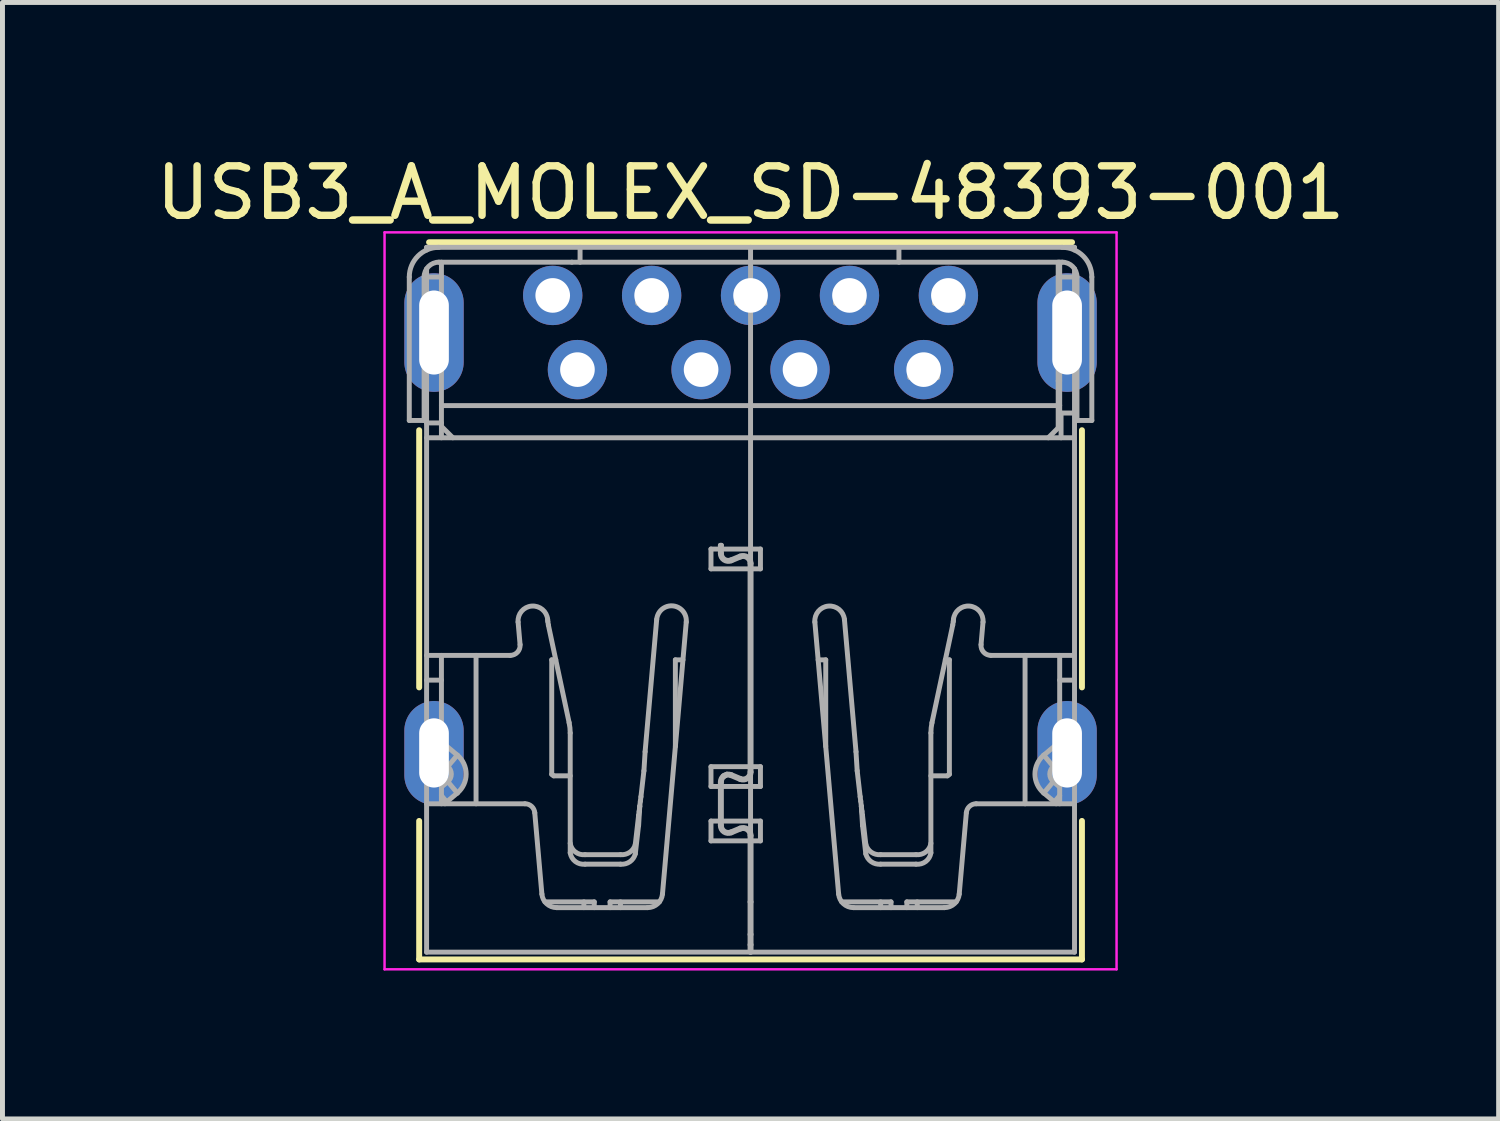
<source format=kicad_pcb>
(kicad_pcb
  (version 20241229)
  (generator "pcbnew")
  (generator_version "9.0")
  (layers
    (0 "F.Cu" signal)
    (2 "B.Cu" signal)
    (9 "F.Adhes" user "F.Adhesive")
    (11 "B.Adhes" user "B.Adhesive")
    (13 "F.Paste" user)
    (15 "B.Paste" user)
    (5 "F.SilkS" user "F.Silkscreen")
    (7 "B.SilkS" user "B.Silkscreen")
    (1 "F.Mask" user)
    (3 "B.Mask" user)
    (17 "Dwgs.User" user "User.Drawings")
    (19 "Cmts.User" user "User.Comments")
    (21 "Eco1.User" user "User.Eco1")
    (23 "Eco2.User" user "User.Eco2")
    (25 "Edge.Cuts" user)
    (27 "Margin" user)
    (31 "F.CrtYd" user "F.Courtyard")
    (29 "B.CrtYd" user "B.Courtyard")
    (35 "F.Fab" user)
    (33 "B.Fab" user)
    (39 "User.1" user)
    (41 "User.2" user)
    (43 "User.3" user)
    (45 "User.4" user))
  (footprint "USB3_A_MOLEX_SD-48393-001"
    (layer "F.Cu")
    (at 12.125 9.048)
    (property "Reference" "USB3_A_MOLEX_SD-48393-001" (at 0 -8.2 0) (layer "F.SilkS") (effects (font (size 1 1) (thickness 0.15))))
    (attr through_hole)
    (fp_line (start -6.7 1.8) (end -6.7 -3.4) (stroke (width 0.12) (type solid)) (layer "F.SilkS"))
    (fp_line (start -6.7 7.3) (end -6.7 4.5) (stroke (width 0.12) (type solid)) (layer "F.SilkS"))
    (fp_line (start -6.7 7.3) (end 6.7 7.3) (stroke (width 0.12) (type solid)) (layer "F.SilkS"))
    (fp_line (start -6.5 -7.2) (end 6.5 -7.2) (stroke (width 0.12) (type solid)) (layer "F.SilkS"))
    (fp_line (start 6.7 1.8) (end 6.7 -3.4) (stroke (width 0.12) (type solid)) (layer "F.SilkS"))
    (fp_line (start 6.7 7.3) (end 6.7 4.5) (stroke (width 0.12) (type solid)) (layer "F.SilkS"))
    (fp_line (start -7.4 -7.4) (end 7.4 -7.4) (stroke (width 0.05) (type solid)) (layer "F.CrtYd"))
    (fp_line (start -7.4 7.5) (end -7.4 -7.4) (stroke (width 0.05) (type solid)) (layer "F.CrtYd"))
    (fp_line (start 7.4 -7.4) (end 7.4 7.5) (stroke (width 0.05) (type solid)) (layer "F.CrtYd"))
    (fp_line (start 7.4 7.5) (end -7.4 7.5) (stroke (width 0.05) (type solid)) (layer "F.CrtYd"))
    (fp_line (start -6.9 -6.497) (end -6.9 -3.597) (stroke (width 0.1) (type solid)) (layer "F.Fab"))
    (fp_line (start -6.9 -3.597) (end -6.6 -3.597) (stroke (width 0.1) (type solid)) (layer "F.Fab"))
    (fp_line (start -6.6 -4.677) (end -6.55 -4.677) (stroke (width 0.1) (type solid)) (layer "F.Fab"))
    (fp_line (start -6.6 -3.597) (end -6.6 -6.497) (stroke (width 0.1) (type solid)) (layer "F.Fab"))
    (fp_line (start -6.55 -7.097) (end 6.3 -7.097) (stroke (width 0.1) (type solid)) (layer "F.Fab"))
    (fp_line (start -6.55 -7.043) (end -6.55 -7.097) (stroke (width 0.1) (type solid)) (layer "F.Fab"))
    (fp_line (start -6.55 -6.108) (end -6.6 -6.021) (stroke (width 0.1) (type solid)) (layer "F.Fab"))
    (fp_line (start -6.55 -4.597) (end -6.25 -4.597) (stroke (width 0.1) (type solid)) (layer "F.Fab"))
    (fp_line (start -6.55 -3.247) (end 6.55 -3.247) (stroke (width 0.1) (type solid)) (layer "F.Fab"))
    (fp_line (start -6.55 2.953) (end -6.593 3.004) (stroke (width 0.1) (type solid)) (layer "F.Fab"))
    (fp_line (start -6.55 3.04) (end -6.593 3.004) (stroke (width 0.1) (type solid)) (layer "F.Fab"))
    (fp_line (start -6.55 3.653) (end -6.25 3.653) (stroke (width 0.1) (type solid)) (layer "F.Fab"))
    (fp_line (start -6.55 4.153) (end -4.562 4.153) (stroke (width 0.1) (type solid)) (layer "F.Fab"))
    (fp_line (start -6.55 7.153) (end -6.55 -6.663) (stroke (width 0.1) (type solid)) (layer "F.Fab"))
    (fp_line (start -6.3 -6.797) (end -3.613 -6.797) (stroke (width 0.1) (type solid)) (layer "F.Fab"))
    (fp_line (start -6.25 -6.797) (end -6.25 -3.247) (stroke (width 0.1) (type solid)) (layer "F.Fab"))
    (fp_line (start -6.25 -6.497) (end -6.55 -6.497) (stroke (width 0.1) (type solid)) (layer "F.Fab"))
    (fp_line (start -6.25 -6.097) (end -6.55 -6.097) (stroke (width 0.1) (type solid)) (layer "F.Fab"))
    (fp_line (start -6.25 -3.897) (end 6.22 -3.897) (stroke (width 0.1) (type solid)) (layer "F.Fab"))
    (fp_line (start -6.25 -3.547) (end -6.55 -3.547) (stroke (width 0.1) (type solid)) (layer "F.Fab"))
    (fp_line (start -6.25 1.153) (end -6.25 4.153) (stroke (width 0.1) (type solid)) (layer "F.Fab"))
    (fp_line (start -6.25 1.653) (end -6.55 1.653) (stroke (width 0.1) (type solid)) (layer "F.Fab"))
    (fp_line (start -6.25 2.653) (end -6.55 2.653) (stroke (width 0.1) (type solid)) (layer "F.Fab"))
    (fp_line (start -6.25 3.814) (end -6.121 3.706) (stroke (width 0.1) (type solid)) (layer "F.Fab"))
    (fp_line (start -6.25 3.988) (end -6.143 4.115) (stroke (width 0.1) (type solid)) (layer "F.Fab"))
    (fp_line (start -6.178 4.153) (end -6.143 4.115) (stroke (width 0.1) (type solid)) (layer "F.Fab"))
    (fp_line (start -6.143 4.115) (end -5.929 3.936) (stroke (width 0.1) (type solid)) (layer "F.Fab"))
    (fp_line (start -6.121 3.399) (end -6.25 3.292) (stroke (width 0.1) (type solid)) (layer "F.Fab"))
    (fp_line (start -6.121 3.399) (end -5.929 3.17) (stroke (width 0.1) (type solid)) (layer "F.Fab"))
    (fp_line (start -6.121 3.706) (end -5.929 3.936) (stroke (width 0.1) (type solid)) (layer "F.Fab"))
    (fp_line (start -6.02 -3.247) (end -6.25 -3.477) (stroke (width 0.1) (type solid)) (layer "F.Fab"))
    (fp_line (start -5.929 3.17) (end -6.25 2.9) (stroke (width 0.1) (type solid)) (layer "F.Fab"))
    (fp_line (start -5.55 1.153) (end -5.55 4.153) (stroke (width 0.1) (type solid)) (layer "F.Fab"))
    (fp_line (start -4.859 1.153) (end -6.55 1.153) (stroke (width 0.1) (type solid)) (layer "F.Fab"))
    (fp_line (start -4.7 0.479) (end -4.66 0.935) (stroke (width 0.1) (type solid)) (layer "F.Fab"))
    (fp_line (start -4.363 4.335) (end -4.219 5.979) (stroke (width 0.1) (type solid)) (layer "F.Fab"))
    (fp_line (start -4.25 -6.197) (end -3.75 -6.197) (stroke (width 0.1) (type solid)) (layer "F.Fab"))
    (fp_line (start -4.25 -5.997) (end -4.25 -6.197) (stroke (width 0.1) (type solid)) (layer "F.Fab"))
    (fp_line (start -4.25 -5.997) (end -3.75 -5.997) (stroke (width 0.1) (type solid)) (layer "F.Fab"))
    (fp_line (start -4.157 6.137) (end -3.16 6.137) (stroke (width 0.1) (type solid)) (layer "F.Fab"))
    (fp_line (start -4.1 -6.197) (end -4.1 -5.997) (stroke (width 0.1) (type solid)) (layer "F.Fab"))
    (fp_line (start -4.099 0.466) (end -4.102 0.426) (stroke (width 0.1) (type solid)) (layer "F.Fab"))
    (fp_line (start -4.02 1.243) (end -4.02 3.557) (stroke (width 0.1) (type solid)) (layer "F.Fab"))
    (fp_line (start -4.02 1.243) (end -3.938 1.243) (stroke (width 0.1) (type solid)) (layer "F.Fab"))
    (fp_line (start -4.02 3.557) (end -3.981 3.588) (stroke (width 0.1) (type solid)) (layer "F.Fab"))
    (fp_line (start -3.92 6.253) (end -2.08 6.253) (stroke (width 0.1) (type solid)) (layer "F.Fab"))
    (fp_line (start -3.9 -6.197) (end -3.9 -5.997) (stroke (width 0.1) (type solid)) (layer "F.Fab"))
    (fp_line (start -3.75 -6.197) (end -3.75 -5.997) (stroke (width 0.1) (type solid)) (layer "F.Fab"))
    (fp_line (start -3.75 -4.697) (end -3.75 -4.497) (stroke (width 0.1) (type solid)) (layer "F.Fab"))
    (fp_line (start -3.668 2.514) (end -4.088 0.539) (stroke (width 0.1) (type solid)) (layer "F.Fab"))
    (fp_line (start -3.646 2.722) (end -3.646 5.145) (stroke (width 0.1) (type solid)) (layer "F.Fab"))
    (fp_line (start -3.646 3.588) (end -3.981 3.588) (stroke (width 0.1) (type solid)) (layer "F.Fab"))
    (fp_line (start -3.613 -6.797) (end 6.3 -6.797) (stroke (width 0.1) (type solid)) (layer "F.Fab"))
    (fp_line (start -3.6 -4.697) (end -3.6 -4.497) (stroke (width 0.1) (type solid)) (layer "F.Fab"))
    (fp_line (start -3.447 -6.797) (end -3.447 -7.097) (stroke (width 0.1) (type solid)) (layer "F.Fab"))
    (fp_line (start -3.4 -4.697) (end -3.4 -4.497) (stroke (width 0.1) (type solid)) (layer "F.Fab"))
    (fp_line (start -3.37 6.137) (end -3.37 6.253) (stroke (width 0.1) (type solid)) (layer "F.Fab"))
    (fp_line (start -3.346 5.182) (end -2.629 5.182) (stroke (width 0.1) (type solid)) (layer "F.Fab"))
    (fp_line (start -3.346 5.374) (end -2.629 5.374) (stroke (width 0.1) (type solid)) (layer "F.Fab"))
    (fp_line (start -3.25 -4.697) (end -3.75 -4.697) (stroke (width 0.1) (type solid)) (layer "F.Fab"))
    (fp_line (start -3.25 -4.497) (end -3.75 -4.497) (stroke (width 0.1) (type solid)) (layer "F.Fab"))
    (fp_line (start -3.25 -4.497) (end -3.25 -4.697) (stroke (width 0.1) (type solid)) (layer "F.Fab"))
    (fp_line (start -3.16 6.137) (end -3.16 6.253) (stroke (width 0.1) (type solid)) (layer "F.Fab"))
    (fp_line (start -2.84 6.137) (end -1.843 6.137) (stroke (width 0.1) (type solid)) (layer "F.Fab"))
    (fp_line (start -2.84 6.253) (end -2.84 6.137) (stroke (width 0.1) (type solid)) (layer "F.Fab"))
    (fp_line (start -2.63 6.253) (end -2.63 6.137) (stroke (width 0.1) (type solid)) (layer "F.Fab"))
    (fp_line (start -2.33 4.972) (end -2.264 4.395) (stroke (width 0.1) (type solid)) (layer "F.Fab"))
    (fp_line (start -2.33 5.165) (end -2.264 4.588) (stroke (width 0.1) (type solid)) (layer "F.Fab"))
    (fp_line (start -2.28 -6.227) (end -1.72 -6.227) (stroke (width 0.1) (type solid)) (layer "F.Fab"))
    (fp_line (start -2.28 -5.967) (end -2.28 -6.227) (stroke (width 0.1) (type solid)) (layer "F.Fab"))
    (fp_line (start -2.264 4.395) (end -2.264 4.588) (stroke (width 0.1) (type solid)) (layer "F.Fab"))
    (fp_line (start -2.252 4.305) (end -2.264 4.395) (stroke (width 0.1) (type solid)) (layer "F.Fab"))
    (fp_line (start -2.25 -6.197) (end -2.25 -5.997) (stroke (width 0.1) (type solid)) (layer "F.Fab"))
    (fp_line (start -2.25 -6.197) (end -1.75 -6.197) (stroke (width 0.1) (type solid)) (layer "F.Fab"))
    (fp_line (start -2.25 -5.997) (end -1.75 -5.997) (stroke (width 0.1) (type solid)) (layer "F.Fab"))
    (fp_line (start -2.24 4.203) (end -2.252 4.305) (stroke (width 0.1) (type solid)) (layer "F.Fab"))
    (fp_line (start -2.228 4.1) (end -2.24 4.203) (stroke (width 0.1) (type solid)) (layer "F.Fab"))
    (fp_line (start -2.216 4.01) (end -2.228 4.1) (stroke (width 0.1) (type solid)) (layer "F.Fab"))
    (fp_line (start -2.216 4.01) (end -2.156 3.486) (stroke (width 0.1) (type solid)) (layer "F.Fab"))
    (fp_line (start -2.1 -6.197) (end -2.1 -5.997) (stroke (width 0.1) (type solid)) (layer "F.Fab"))
    (fp_line (start -1.9 -6.197) (end -1.9 -5.997) (stroke (width 0.1) (type solid)) (layer "F.Fab"))
    (fp_line (start -1.898 0.426) (end -2.132 3.1) (stroke (width 0.1) (type solid)) (layer "F.Fab"))
    (fp_line (start -1.781 5.979) (end -1.3 0.479) (stroke (width 0.1) (type solid)) (layer "F.Fab"))
    (fp_line (start -1.75 -6.197) (end -1.75 -5.997) (stroke (width 0.1) (type solid)) (layer "F.Fab"))
    (fp_line (start -1.72 -6.227) (end -1.72 -5.967) (stroke (width 0.1) (type solid)) (layer "F.Fab"))
    (fp_line (start -1.72 -5.967) (end -2.28 -5.967) (stroke (width 0.1) (type solid)) (layer "F.Fab"))
    (fp_line (start -1.52 1.243) (end -1.52 2.993) (stroke (width 0.1) (type solid)) (layer "F.Fab"))
    (fp_line (start -1.52 1.243) (end -1.367 1.243) (stroke (width 0.1) (type solid)) (layer "F.Fab"))
    (fp_line (start -1.25 -4.697) (end -1.25 -4.497) (stroke (width 0.1) (type solid)) (layer "F.Fab"))
    (fp_line (start -1.1 -4.697) (end -1.1 -4.497) (stroke (width 0.1) (type solid)) (layer "F.Fab"))
    (fp_line (start -0.9 -4.697) (end -0.9 -4.497) (stroke (width 0.1) (type solid)) (layer "F.Fab"))
    (fp_line (start -0.8 -0.997) (end -0.8 -0.597) (stroke (width 0.1) (type solid)) (layer "F.Fab"))
    (fp_line (start -0.8 -0.597) (end -0.01 -0.597) (stroke (width 0.1) (type solid)) (layer "F.Fab"))
    (fp_line (start -0.8 3.403) (end -0.8 3.803) (stroke (width 0.1) (type solid)) (layer "F.Fab"))
    (fp_line (start -0.8 3.803) (end -0.61 3.803) (stroke (width 0.1) (type solid)) (layer "F.Fab"))
    (fp_line (start -0.8 4.503) (end -0.8 4.903) (stroke (width 0.1) (type solid)) (layer "F.Fab"))
    (fp_line (start -0.8 4.903) (end -0.01 4.903) (stroke (width 0.1) (type solid)) (layer "F.Fab"))
    (fp_line (start -0.75 -4.697) (end -1.25 -4.697) (stroke (width 0.1) (type solid)) (layer "F.Fab"))
    (fp_line (start -0.75 -4.497) (end -1.25 -4.497) (stroke (width 0.1) (type solid)) (layer "F.Fab"))
    (fp_line (start -0.75 -4.497) (end -0.75 -4.697) (stroke (width 0.1) (type solid)) (layer "F.Fab"))
    (fp_line (start -0.61 -0.997) (end -0.8 -0.997) (stroke (width 0.1) (type solid)) (layer "F.Fab"))
    (fp_line (start -0.61 -0.907) (end -0.61 -1.072) (stroke (width 0.1) (type solid)) (layer "F.Fab"))
    (fp_line (start -0.61 3.713) (end -0.61 4.593) (stroke (width 0.1) (type solid)) (layer "F.Fab"))
    (fp_line (start -0.61 4.503) (end -0.8 4.503) (stroke (width 0.1) (type solid)) (layer "F.Fab"))
    (fp_line (start -0.59 -1.072) (end -0.61 -1.072) (stroke (width 0.1) (type solid)) (layer "F.Fab"))
    (fp_line (start -0.59 -0.907) (end -0.59 -1.072) (stroke (width 0.1) (type solid)) (layer "F.Fab"))
    (fp_line (start -0.59 3.803) (end 0.2 3.803) (stroke (width 0.1) (type solid)) (layer "F.Fab"))
    (fp_line (start -0.59 4.593) (end -0.59 3.713) (stroke (width 0.1) (type solid)) (layer "F.Fab"))
    (fp_line (start -0.519 3.588) (end -0.551 3.588) (stroke (width 0.1) (type solid)) (layer "F.Fab"))
    (fp_line (start -0.519 3.588) (end -0.48 3.557) (stroke (width 0.1) (type solid)) (layer "F.Fab"))
    (fp_line (start -0.48 3.557) (end -0.48 3.555) (stroke (width 0.1) (type solid)) (layer "F.Fab"))
    (fp_line (start -0.396 3.583) (end -0.212 3.66) (stroke (width 0.1) (type solid)) (layer "F.Fab"))
    (fp_line (start -0.388 3.565) (end -0.204 3.642) (stroke (width 0.1) (type solid)) (layer "F.Fab"))
    (fp_line (start -0.28 -6.227) (end 0.28 -6.227) (stroke (width 0.1) (type solid)) (layer "F.Fab"))
    (fp_line (start -0.28 -5.967) (end -0.28 -6.227) (stroke (width 0.1) (type solid)) (layer "F.Fab"))
    (fp_line (start -0.25 -6.197) (end -0.25 -5.997) (stroke (width 0.1) (type solid)) (layer "F.Fab"))
    (fp_line (start -0.25 -6.197) (end 0.25 -6.197) (stroke (width 0.1) (type solid)) (layer "F.Fab"))
    (fp_line (start -0.25 -5.997) (end 0.25 -5.997) (stroke (width 0.1) (type solid)) (layer "F.Fab"))
    (fp_line (start -0.212 -0.855) (end -0.396 -0.778) (stroke (width 0.1) (type solid)) (layer "F.Fab"))
    (fp_line (start -0.212 4.645) (end -0.396 4.722) (stroke (width 0.1) (type solid)) (layer "F.Fab"))
    (fp_line (start -0.204 -0.837) (end -0.388 -0.76) (stroke (width 0.1) (type solid)) (layer "F.Fab"))
    (fp_line (start -0.204 4.663) (end -0.388 4.74) (stroke (width 0.1) (type solid)) (layer "F.Fab"))
    (fp_line (start -0.1 -6.197) (end -0.1 -5.997) (stroke (width 0.1) (type solid)) (layer "F.Fab"))
    (fp_line (start -0.01 -0.707) (end -0.01 3.513) (stroke (width 0.1) (type solid)) (layer "F.Fab"))
    (fp_line (start -0.01 3.403) (end -0.8 3.403) (stroke (width 0.1) (type solid)) (layer "F.Fab"))
    (fp_line (start -0.01 4.793) (end -0.01 7.153) (stroke (width 0.1) (type solid)) (layer "F.Fab"))
    (fp_line (start -0.01 6.137) (end 0.01 6.137) (stroke (width 0.1) (type solid)) (layer "F.Fab"))
    (fp_line (start 0 7.153) (end 0 -7.097) (stroke (width 0.1) (type solid)) (layer "F.Fab"))
    (fp_line (start 0.01 4.796) (end 0.01 4.903) (stroke (width 0.1) (type solid)) (layer "F.Fab"))
    (fp_line (start 0.01 -0.597) (end 0.2 -0.597) (stroke (width 0.1) (type solid)) (layer "F.Fab"))
    (fp_line (start 0.01 3.513) (end 0.01 -0.707) (stroke (width 0.1) (type solid)) (layer "F.Fab"))
    (fp_line (start 0.01 4.903) (end 0.2 4.903) (stroke (width 0.1) (type solid)) (layer "F.Fab"))
    (fp_line (start 0.01 6.795) (end -0.01 6.795) (stroke (width 0.1) (type solid)) (layer "F.Fab"))
    (fp_line (start 0.01 7.003) (end -0.01 7.003) (stroke (width 0.1) (type solid)) (layer "F.Fab"))
    (fp_line (start 0.01 7.153) (end 0.01 4.903) (stroke (width 0.1) (type solid)) (layer "F.Fab"))
    (fp_line (start 0.1 -6.197) (end 0.1 -5.997) (stroke (width 0.1) (type solid)) (layer "F.Fab"))
    (fp_line (start 0.2 -0.997) (end -0.59 -0.997) (stroke (width 0.1) (type solid)) (layer "F.Fab"))
    (fp_line (start 0.2 -0.597) (end 0.2 -0.997) (stroke (width 0.1) (type solid)) (layer "F.Fab"))
    (fp_line (start 0.2 3.403) (end 0.01 3.403) (stroke (width 0.1) (type solid)) (layer "F.Fab"))
    (fp_line (start 0.2 3.803) (end 0.2 3.403) (stroke (width 0.1) (type solid)) (layer "F.Fab"))
    (fp_line (start 0.2 4.503) (end -0.59 4.503) (stroke (width 0.1) (type solid)) (layer "F.Fab"))
    (fp_line (start 0.2 4.903) (end 0.2 4.503) (stroke (width 0.1) (type solid)) (layer "F.Fab"))
    (fp_line (start 0.25 -5.997) (end 0.25 -6.197) (stroke (width 0.1) (type solid)) (layer "F.Fab"))
    (fp_line (start 0.28 -6.227) (end 0.28 -5.967) (stroke (width 0.1) (type solid)) (layer "F.Fab"))
    (fp_line (start 0.28 -5.967) (end -0.28 -5.967) (stroke (width 0.1) (type solid)) (layer "F.Fab"))
    (fp_line (start 0.75 -4.697) (end 0.75 -4.497) (stroke (width 0.1) (type solid)) (layer "F.Fab"))
    (fp_line (start 0.9 -4.697) (end 0.9 -4.497) (stroke (width 0.1) (type solid)) (layer "F.Fab"))
    (fp_line (start 1.1 -4.697) (end 1.1 -4.497) (stroke (width 0.1) (type solid)) (layer "F.Fab"))
    (fp_line (start 1.25 -4.697) (end 0.75 -4.697) (stroke (width 0.1) (type solid)) (layer "F.Fab"))
    (fp_line (start 1.25 -4.497) (end 0.75 -4.497) (stroke (width 0.1) (type solid)) (layer "F.Fab"))
    (fp_line (start 1.25 -4.497) (end 1.25 -4.697) (stroke (width 0.1) (type solid)) (layer "F.Fab"))
    (fp_line (start 1.3 0.479) (end 1.781 5.979) (stroke (width 0.1) (type solid)) (layer "F.Fab"))
    (fp_line (start 1.367 1.243) (end 1.52 1.243) (stroke (width 0.1) (type solid)) (layer "F.Fab"))
    (fp_line (start 1.52 2.993) (end 1.52 1.243) (stroke (width 0.1) (type solid)) (layer "F.Fab"))
    (fp_line (start 1.72 -6.227) (end 2.28 -6.227) (stroke (width 0.1) (type solid)) (layer "F.Fab"))
    (fp_line (start 1.72 -5.967) (end 1.72 -6.227) (stroke (width 0.1) (type solid)) (layer "F.Fab"))
    (fp_line (start 1.75 -6.197) (end 1.75 -5.997) (stroke (width 0.1) (type solid)) (layer "F.Fab"))
    (fp_line (start 1.75 -6.197) (end 2.25 -6.197) (stroke (width 0.1) (type solid)) (layer "F.Fab"))
    (fp_line (start 1.75 -5.997) (end 2.25 -5.997) (stroke (width 0.1) (type solid)) (layer "F.Fab"))
    (fp_line (start 1.843 6.137) (end 2.84 6.137) (stroke (width 0.1) (type solid)) (layer "F.Fab"))
    (fp_line (start 1.9 -6.197) (end 1.9 -5.997) (stroke (width 0.1) (type solid)) (layer "F.Fab"))
    (fp_line (start 2.08 6.253) (end 3.92 6.253) (stroke (width 0.1) (type solid)) (layer "F.Fab"))
    (fp_line (start 2.1 -6.197) (end 2.1 -5.997) (stroke (width 0.1) (type solid)) (layer "F.Fab"))
    (fp_line (start 2.132 3.1) (end 1.898 0.426) (stroke (width 0.1) (type solid)) (layer "F.Fab"))
    (fp_line (start 2.156 3.486) (end 2.216 4.01) (stroke (width 0.1) (type solid)) (layer "F.Fab"))
    (fp_line (start 2.228 4.1) (end 2.216 4.01) (stroke (width 0.1) (type solid)) (layer "F.Fab"))
    (fp_line (start 2.24 4.203) (end 2.228 4.1) (stroke (width 0.1) (type solid)) (layer "F.Fab"))
    (fp_line (start 2.25 -5.997) (end 2.25 -6.197) (stroke (width 0.1) (type solid)) (layer "F.Fab"))
    (fp_line (start 2.252 4.305) (end 2.24 4.203) (stroke (width 0.1) (type solid)) (layer "F.Fab"))
    (fp_line (start 2.264 4.395) (end 2.252 4.305) (stroke (width 0.1) (type solid)) (layer "F.Fab"))
    (fp_line (start 2.264 4.395) (end 2.264 4.588) (stroke (width 0.1) (type solid)) (layer "F.Fab"))
    (fp_line (start 2.264 4.395) (end 2.33 4.972) (stroke (width 0.1) (type solid)) (layer "F.Fab"))
    (fp_line (start 2.264 4.588) (end 2.33 5.165) (stroke (width 0.1) (type solid)) (layer "F.Fab"))
    (fp_line (start 2.28 -6.227) (end 2.28 -5.967) (stroke (width 0.1) (type solid)) (layer "F.Fab"))
    (fp_line (start 2.28 -5.967) (end 1.72 -5.967) (stroke (width 0.1) (type solid)) (layer "F.Fab"))
    (fp_line (start 2.629 5.182) (end 3.346 5.182) (stroke (width 0.1) (type solid)) (layer "F.Fab"))
    (fp_line (start 2.629 5.374) (end 3.346 5.374) (stroke (width 0.1) (type solid)) (layer "F.Fab"))
    (fp_line (start 2.63 6.137) (end 2.63 6.253) (stroke (width 0.1) (type solid)) (layer "F.Fab"))
    (fp_line (start 2.84 6.137) (end 2.84 6.253) (stroke (width 0.1) (type solid)) (layer "F.Fab"))
    (fp_line (start 3 -6.797) (end 3 -7.097) (stroke (width 0.1) (type solid)) (layer "F.Fab"))
    (fp_line (start 3.16 6.137) (end 4.157 6.137) (stroke (width 0.1) (type solid)) (layer "F.Fab"))
    (fp_line (start 3.16 6.253) (end 3.16 6.137) (stroke (width 0.1) (type solid)) (layer "F.Fab"))
    (fp_line (start 3.22 -4.727) (end 3.78 -4.727) (stroke (width 0.1) (type solid)) (layer "F.Fab"))
    (fp_line (start 3.22 -4.467) (end 3.22 -4.727) (stroke (width 0.1) (type solid)) (layer "F.Fab"))
    (fp_line (start 3.25 -4.697) (end 3.25 -4.497) (stroke (width 0.1) (type solid)) (layer "F.Fab"))
    (fp_line (start 3.25 -4.697) (end 3.75 -4.697) (stroke (width 0.1) (type solid)) (layer "F.Fab"))
    (fp_line (start 3.37 6.253) (end 3.37 6.137) (stroke (width 0.1) (type solid)) (layer "F.Fab"))
    (fp_line (start 3.4 -4.697) (end 3.4 -4.497) (stroke (width 0.1) (type solid)) (layer "F.Fab"))
    (fp_line (start 3.6 -4.697) (end 3.6 -4.497) (stroke (width 0.1) (type solid)) (layer "F.Fab"))
    (fp_line (start 3.646 5.145) (end 3.646 2.722) (stroke (width 0.1) (type solid)) (layer "F.Fab"))
    (fp_line (start 3.72 -6.227) (end 4.28 -6.227) (stroke (width 0.1) (type solid)) (layer "F.Fab"))
    (fp_line (start 3.72 -5.967) (end 3.72 -6.227) (stroke (width 0.1) (type solid)) (layer "F.Fab"))
    (fp_line (start 3.75 -6.197) (end 3.75 -5.997) (stroke (width 0.1) (type solid)) (layer "F.Fab"))
    (fp_line (start 3.75 -6.197) (end 4.25 -6.197) (stroke (width 0.1) (type solid)) (layer "F.Fab"))
    (fp_line (start 3.75 -5.997) (end 4.25 -5.997) (stroke (width 0.1) (type solid)) (layer "F.Fab"))
    (fp_line (start 3.75 -4.697) (end 3.75 -4.497) (stroke (width 0.1) (type solid)) (layer "F.Fab"))
    (fp_line (start 3.75 -4.497) (end 3.25 -4.497) (stroke (width 0.1) (type solid)) (layer "F.Fab"))
    (fp_line (start 3.78 -4.727) (end 3.78 -4.467) (stroke (width 0.1) (type solid)) (layer "F.Fab"))
    (fp_line (start 3.78 -4.467) (end 3.22 -4.467) (stroke (width 0.1) (type solid)) (layer "F.Fab"))
    (fp_line (start 3.9 -6.197) (end 3.9 -5.997) (stroke (width 0.1) (type solid)) (layer "F.Fab"))
    (fp_line (start 3.938 1.243) (end 4.02 1.243) (stroke (width 0.1) (type solid)) (layer "F.Fab"))
    (fp_line (start 3.981 3.588) (end 3.646 3.588) (stroke (width 0.1) (type solid)) (layer "F.Fab"))
    (fp_line (start 3.981 3.588) (end 4.02 3.557) (stroke (width 0.1) (type solid)) (layer "F.Fab"))
    (fp_line (start 4.02 3.557) (end 4.02 1.243) (stroke (width 0.1) (type solid)) (layer "F.Fab"))
    (fp_line (start 4.088 0.539) (end 3.668 2.514) (stroke (width 0.1) (type solid)) (layer "F.Fab"))
    (fp_line (start 4.1 -6.197) (end 4.1 -5.997) (stroke (width 0.1) (type solid)) (layer "F.Fab"))
    (fp_line (start 4.102 0.426) (end 4.099 0.466) (stroke (width 0.1) (type solid)) (layer "F.Fab"))
    (fp_line (start 4.219 5.979) (end 4.363 4.335) (stroke (width 0.1) (type solid)) (layer "F.Fab"))
    (fp_line (start 4.25 -5.997) (end 4.25 -6.197) (stroke (width 0.1) (type solid)) (layer "F.Fab"))
    (fp_line (start 4.28 -6.227) (end 4.28 -5.967) (stroke (width 0.1) (type solid)) (layer "F.Fab"))
    (fp_line (start 4.28 -5.967) (end 3.72 -5.967) (stroke (width 0.1) (type solid)) (layer "F.Fab"))
    (fp_line (start 4.562 4.153) (end 6.55 4.153) (stroke (width 0.1) (type solid)) (layer "F.Fab"))
    (fp_line (start 4.66 0.935) (end 4.7 0.479) (stroke (width 0.1) (type solid)) (layer "F.Fab"))
    (fp_line (start 5.55 4.153) (end 5.55 1.153) (stroke (width 0.1) (type solid)) (layer "F.Fab"))
    (fp_line (start 5.929 3.936) (end 6.143 4.115) (stroke (width 0.1) (type solid)) (layer "F.Fab"))
    (fp_line (start 6.121 3.399) (end 5.929 3.17) (stroke (width 0.1) (type solid)) (layer "F.Fab"))
    (fp_line (start 6.121 3.706) (end 5.929 3.936) (stroke (width 0.1) (type solid)) (layer "F.Fab"))
    (fp_line (start 6.121 3.706) (end 6.25 3.814) (stroke (width 0.1) (type solid)) (layer "F.Fab"))
    (fp_line (start 6.143 4.115) (end 6.178 4.153) (stroke (width 0.1) (type solid)) (layer "F.Fab"))
    (fp_line (start 6.22 -6.797) (end 6.22 -3.447) (stroke (width 0.1) (type solid)) (layer "F.Fab"))
    (fp_line (start 6.22 -6.097) (end 6.55 -6.097) (stroke (width 0.1) (type solid)) (layer "F.Fab"))
    (fp_line (start 6.22 -5.525) (end 6.24 -5.599) (stroke (width 0.1) (type solid)) (layer "F.Fab"))
    (fp_line (start 6.22 -4.397) (end 6.25 -4.397) (stroke (width 0.1) (type solid)) (layer "F.Fab"))
    (fp_line (start 6.22 -3.902) (end 6.25 -3.902) (stroke (width 0.1) (type solid)) (layer "F.Fab"))
    (fp_line (start 6.22 -3.447) (end 6.02 -3.247) (stroke (width 0.1) (type solid)) (layer "F.Fab"))
    (fp_line (start 6.25 -4.597) (end 6.55 -4.597) (stroke (width 0.1) (type solid)) (layer "F.Fab"))
    (fp_line (start 6.25 -3.747) (end 6.25 -6.797) (stroke (width 0.1) (type solid)) (layer "F.Fab"))
    (fp_line (start 6.25 -3.747) (end 6.55 -3.747) (stroke (width 0.1) (type solid)) (layer "F.Fab"))
    (fp_line (start 6.25 2.653) (end 6.55 2.653) (stroke (width 0.1) (type solid)) (layer "F.Fab"))
    (fp_line (start 6.25 3.292) (end 6.121 3.399) (stroke (width 0.1) (type solid)) (layer "F.Fab"))
    (fp_line (start 6.25 3.653) (end 6.55 3.653) (stroke (width 0.1) (type solid)) (layer "F.Fab"))
    (fp_line (start 6.25 3.988) (end 6.143 4.115) (stroke (width 0.1) (type solid)) (layer "F.Fab"))
    (fp_line (start 6.25 4.153) (end 6.25 1.153) (stroke (width 0.1) (type solid)) (layer "F.Fab"))
    (fp_line (start 6.25 2.9) (end 5.929 3.17) (stroke (width 0.1) (type solid)) (layer "F.Fab"))
    (fp_line (start 6.278 -3.747) (end 6.278 -3.247) (stroke (width 0.1) (type solid)) (layer "F.Fab"))
    (fp_line (start 6.35 -7.097) (end 6.55 -7.097) (stroke (width 0.1) (type solid)) (layer "F.Fab"))
    (fp_line (start 6.55 -7.043) (end 6.55 -7.097) (stroke (width 0.1) (type solid)) (layer "F.Fab"))
    (fp_line (start 6.55 -6.497) (end 6.25 -6.497) (stroke (width 0.1) (type solid)) (layer "F.Fab"))
    (fp_line (start 6.55 -6.108) (end 6.6 -6.021) (stroke (width 0.1) (type solid)) (layer "F.Fab"))
    (fp_line (start 6.55 -4.677) (end 6.6 -4.677) (stroke (width 0.1) (type solid)) (layer "F.Fab"))
    (fp_line (start 6.55 1.153) (end 4.859 1.153) (stroke (width 0.1) (type solid)) (layer "F.Fab"))
    (fp_line (start 6.55 1.653) (end 6.25 1.653) (stroke (width 0.1) (type solid)) (layer "F.Fab"))
    (fp_line (start 6.55 7.153) (end -6.55 7.153) (stroke (width 0.1) (type solid)) (layer "F.Fab"))
    (fp_line (start 6.55 7.153) (end 6.55 -6.663) (stroke (width 0.1) (type solid)) (layer "F.Fab"))
    (fp_line (start 6.593 3.004) (end 6.55 2.953) (stroke (width 0.1) (type solid)) (layer "F.Fab"))
    (fp_line (start 6.593 3.004) (end 6.55 3.04) (stroke (width 0.1) (type solid)) (layer "F.Fab"))
    (fp_line (start 6.6 -6.497) (end 6.6 -3.597) (stroke (width 0.1) (type solid)) (layer "F.Fab"))
    (fp_line (start 6.6 -3.597) (end 6.9 -3.597) (stroke (width 0.1) (type solid)) (layer "F.Fab"))
    (fp_line (start 6.9 -3.597) (end 6.9 -6.497) (stroke (width 0.1) (type solid)) (layer "F.Fab"))
    (fp_arc (start -6.9 -6.497394) (mid -6.724264 -6.921658) (end -6.3 -7.097394) (stroke (width 0.1) (type solid)) (layer "F.Fab"))
    (fp_arc (start -6.6 -6.497394) (mid -6.512132 -6.709526) (end -6.3 -6.797394) (stroke (width 0.1) (type solid)) (layer "F.Fab"))
    (fp_arc (start -6.121442 3.399397) (mid -6.05 3.552606) (end -6.121442 3.705815) (stroke (width 0.1) (type solid)) (layer "F.Fab"))
    (fp_arc (start -5.928606 3.169584) (mid -5.75 3.552606) (end -5.928606 3.935628) (stroke (width 0.1) (type solid)) (layer "F.Fab"))
    (fp_arc (start -4.700001 0.478753) (mid -4.427289 0.153747) (end -4.102283 0.426459) (stroke (width 0.1) (type solid)) (layer "F.Fab"))
    (fp_arc (start -4.660042 0.935476) (mid -4.711954 1.087835) (end -4.859307 1.152606) (stroke (width 0.1) (type solid)) (layer "F.Fab"))
    (fp_arc (start -4.561846 4.152606) (mid -4.426728 4.205151) (end -4.362607 4.335175) (stroke (width 0.1) (type solid)) (layer "F.Fab"))
    (fp_arc (start -4.087992 0.538502) (mid -4.094513 0.50244) (end -4.09882 0.466048) (stroke (width 0.1) (type solid)) (layer "F.Fab"))
    (fp_arc (start -3.919954 6.252606) (mid -4.122631 6.173789) (end -4.218812 5.978753) (stroke (width 0.1) (type solid)) (layer "F.Fab"))
    (fp_arc (start -3.668136 2.513764) (mid -3.651762 2.617147) (end -3.646284 2.721676) (stroke (width 0.1) (type solid)) (layer "F.Fab"))
    (fp_arc (start -3.346284 5.181555) (mid -3.542703 5.127244) (end -3.646284 4.951741) (stroke (width 0.1) (type solid)) (layer "F.Fab"))
    (fp_arc (start -3.346283 5.374391) (mid -3.542703 5.32008) (end -3.646284 5.144578) (stroke (width 0.1) (type solid)) (layer "F.Fab"))
    (fp_arc (start -2.329757 5.164608) (mid -2.440305 5.324891) (end -2.628616 5.374391) (stroke (width 0.1) (type solid)) (layer "F.Fab"))
    (fp_arc (start -2.329756 4.971771) (mid -2.440304 5.132055) (end -2.628616 5.181555) (stroke (width 0.1) (type solid)) (layer "F.Fab"))
    (fp_arc (start -2.23978 4.202606) (mid -2.251098 4.39549) (end -2.263936 4.588279) (stroke (width 0.1) (type solid)) (layer "F.Fab"))
    (fp_arc (start -2.131656 3.100393) (mid -2.142974 3.293277) (end -2.155812 3.486066) (stroke (width 0.1) (type solid)) (layer "F.Fab"))
    (fp_arc (start -1.897716 0.426459) (mid -1.572711 0.153748) (end -1.3 0.478753) (stroke (width 0.1) (type solid)) (layer "F.Fab"))
    (fp_arc (start -1.781188 5.978753) (mid -1.877369 6.173789) (end -2.080046 6.252606) (stroke (width 0.1) (type solid)) (layer "F.Fab"))
    (fp_arc (start -0.61 3.712606) (mid -0.538752 3.579478) (end -0.388462 3.564914) (stroke (width 0.1) (type solid)) (layer "F.Fab"))
    (fp_arc (start -0.59 3.712606) (mid -0.527658 3.596119) (end -0.396154 3.583375) (stroke (width 0.1) (type solid)) (layer "F.Fab"))
    (fp_arc (start -0.396154 -0.778163) (mid -0.527658 -0.790907) (end -0.59 -0.907394) (stroke (width 0.1) (type solid)) (layer "F.Fab"))
    (fp_arc (start -0.396154 4.721837) (mid -0.527658 4.709093) (end -0.59 4.592606) (stroke (width 0.1) (type solid)) (layer "F.Fab"))
    (fp_arc (start -0.388462 -0.759702) (mid -0.538752 -0.774266) (end -0.61 -0.907394) (stroke (width 0.1) (type solid)) (layer "F.Fab"))
    (fp_arc (start -0.388462 4.740298) (mid -0.538752 4.725734) (end -0.61 4.592606) (stroke (width 0.1) (type solid)) (layer "F.Fab"))
    (fp_arc (start -0.211538 -0.855086) (mid -0.061248 -0.840522) (end 0.01 -0.707394) (stroke (width 0.1) (type solid)) (layer "F.Fab"))
    (fp_arc (start -0.211538 4.644914) (mid -0.059992 4.660324) (end 0.009971 4.795634) (stroke (width 0.1) (type solid)) (layer "F.Fab"))
    (fp_arc (start -0.203846 -0.836625) (mid -0.072342 -0.823881) (end -0.01 -0.707394) (stroke (width 0.1) (type solid)) (layer "F.Fab"))
    (fp_arc (start -0.203846 4.663375) (mid -0.072342 4.676119) (end -0.01 4.792606) (stroke (width 0.1) (type solid)) (layer "F.Fab"))
    (fp_arc (start -0.01 3.512606) (mid -0.072342 3.629093) (end -0.203846 3.641837) (stroke (width 0.1) (type solid)) (layer "F.Fab"))
    (fp_arc (start 0.01 3.512606) (mid -0.061248 3.645734) (end -0.211538 3.660298) (stroke (width 0.1) (type solid)) (layer "F.Fab"))
    (fp_arc (start 1.299999 0.478753) (mid 1.572711 0.153747) (end 1.897717 0.426459) (stroke (width 0.1) (type solid)) (layer "F.Fab"))
    (fp_arc (start 2.080046 6.252606) (mid 1.877369 6.173789) (end 1.781188 5.978753) (stroke (width 0.1) (type solid)) (layer "F.Fab"))
    (fp_arc (start 2.155812 3.486066) (mid 2.142974 3.293277) (end 2.131656 3.100393) (stroke (width 0.1) (type solid)) (layer "F.Fab"))
    (fp_arc (start 2.263935 4.588279) (mid 2.251097 4.39549) (end 2.239779 4.202606) (stroke (width 0.1) (type solid)) (layer "F.Fab"))
    (fp_arc (start 2.628615 5.374391) (mid 2.440304 5.32489) (end 2.329757 5.164607) (stroke (width 0.1) (type solid)) (layer "F.Fab"))
    (fp_arc (start 2.628616 5.181554) (mid 2.440305 5.132054) (end 2.329757 4.971771) (stroke (width 0.1) (type solid)) (layer "F.Fab"))
    (fp_arc (start 3.646284 2.721677) (mid 3.651762 2.617148) (end 3.668136 2.513765) (stroke (width 0.1) (type solid)) (layer "F.Fab"))
    (fp_arc (start 3.646284 4.951741) (mid 3.542703 5.127244) (end 3.346284 5.181555) (stroke (width 0.1) (type solid)) (layer "F.Fab"))
    (fp_arc (start 3.646284 5.144577) (mid 3.542703 5.32008) (end 3.346284 5.374391) (stroke (width 0.1) (type solid)) (layer "F.Fab"))
    (fp_arc (start 4.098819 0.466048) (mid 4.094512 0.50244) (end 4.087991 0.538502) (stroke (width 0.1) (type solid)) (layer "F.Fab"))
    (fp_arc (start 4.102284 0.426459) (mid 4.427289 0.153748) (end 4.7 0.478753) (stroke (width 0.1) (type solid)) (layer "F.Fab"))
    (fp_arc (start 4.218812 5.978753) (mid 4.122631 6.173789) (end 3.919954 6.252606) (stroke (width 0.1) (type solid)) (layer "F.Fab"))
    (fp_arc (start 4.362607 4.335175) (mid 4.426728 4.205151) (end 4.561846 4.152606) (stroke (width 0.1) (type solid)) (layer "F.Fab"))
    (fp_arc (start 4.859005 1.152606) (mid 4.711749 1.087613) (end 4.660068 0.935175) (stroke (width 0.1) (type solid)) (layer "F.Fab"))
    (fp_arc (start 5.928606 3.935628) (mid 5.75 3.552606) (end 5.928606 3.169584) (stroke (width 0.1) (type solid)) (layer "F.Fab"))
    (fp_arc (start 6.121442 3.705815) (mid 6.05 3.552606) (end 6.121442 3.399397) (stroke (width 0.1) (type solid)) (layer "F.Fab"))
    (fp_arc (start 6.25 -5.676386) (mid 6.247434 -5.637228) (end 6.239778 -5.59874) (stroke (width 0.1) (type solid)) (layer "F.Fab"))
    (fp_arc (start 6.3 -7.097394) (mid 6.724264 -6.921658) (end 6.9 -6.497394) (stroke (width 0.1) (type solid)) (layer "F.Fab"))
    (fp_arc (start 6.3 -6.797394) (mid 6.512132 -6.709526) (end 6.6 -6.497394) (stroke (width 0.1) (type solid)) (layer "F.Fab"))
    (pad "1" thru_hole circle (at -3.5 -4.625) (size 1.2 1.2) (drill 0.7) (layers "*.Cu" "*.Mask"))
    (pad "2" thru_hole circle (at -1 -4.625) (size 1.2 1.2) (drill 0.7) (layers "*.Cu" "*.Mask"))
    (pad "3" thru_hole circle (at 1 -4.625) (size 1.2 1.2) (drill 0.7) (layers "*.Cu" "*.Mask"))
    (pad "4" thru_hole circle (at 3.5 -4.625) (size 1.2 1.2) (drill 0.7) (layers "*.Cu" "*.Mask"))
    (pad "5" thru_hole circle (at 4 -6.125) (size 1.2 1.2) (drill 0.7) (layers "*.Cu" "*.Mask"))
    (pad "6" thru_hole circle (at 2 -6.125) (size 1.2 1.2) (drill 0.7) (layers "*.Cu" "*.Mask"))
    (pad "7" thru_hole circle (at 0 -6.125) (size 1.2 1.2) (drill 0.7) (layers "*.Cu" "*.Mask"))
    (pad "8" thru_hole circle (at -2 -6.125) (size 1.2 1.2) (drill 0.7) (layers "*.Cu" "*.Mask"))
    (pad "9" thru_hole circle (at -4 -6.125) (size 1.2 1.2) (drill 0.7) (layers "*.Cu" "*.Mask"))
    (pad "10" thru_hole oval (at -6.4 -5.375) (size 1.2 2.4) (drill oval 0.6 1.7) (layers "*.Cu" "*.Mask"))
    (pad "10" thru_hole oval (at -6.4 3.125) (size 1.2 2.1) (drill oval 0.6 1.4) (layers "*.Cu" "*.Mask"))
    (pad "10" thru_hole oval (at 6.4 -5.375) (size 1.2 2.4) (drill oval 0.6 1.7) (layers "*.Cu" "*.Mask"))
    (pad "10" thru_hole oval (at 6.4 3.125) (size 1.2 2.1) (drill oval 0.6 1.4) (layers "*.Cu" "*.Mask")))
  (gr_rect
    (start -3 -3)
    (end 27.25 19.573)
    (stroke (width 0.1) (type default))
    (fill no)
    (layer "Edge.Cuts")))
</source>
